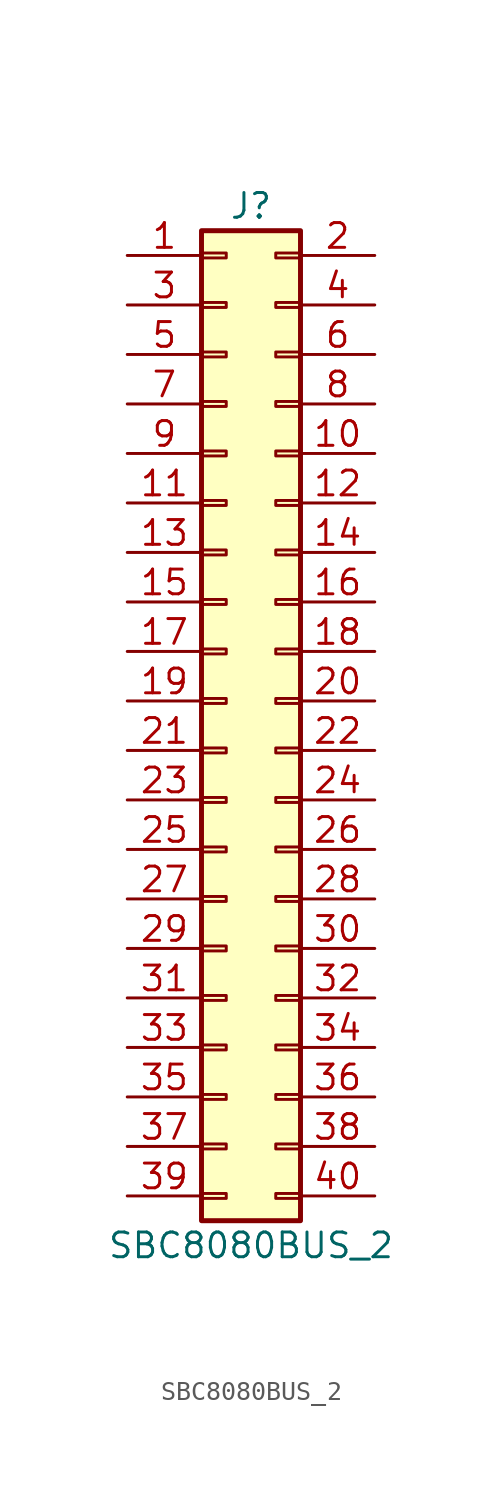
<source format=kicad_sym>
(kicad_symbol_lib
  (version 20241209)
  (generator "kicad_symbol_editor")
  (generator_version "9.0")
  (symbol "SBC8080BUS_2"
    (pin_names
      (offset 1.016)
      (hide yes))
    (property "Reference" "J"
      (at 1.27 25.4 0)
      (effects (font (size 1.27 1.27))))
    (property "Value" "SBC8080BUS_2"
      (at 1.27 -27.94 0)
      (effects (font (size 1.27 1.27))))
    (symbol "SBC8080BUS_2_1_1"
      (rectangle (start -1.27 24.13) (end 3.81 -26.67) (stroke (width 0.254) (type default)) (fill (type background)))
      (rectangle (start -1.27 22.987) (end 0 22.733) (stroke (width 0.152) (type default)) (fill (type none)))
      (rectangle (start -1.27 20.447) (end 0 20.193) (stroke (width 0.152) (type default)) (fill (type none)))
      (rectangle (start -1.27 17.907) (end 0 17.653) (stroke (width 0.152) (type default)) (fill (type none)))
      (rectangle (start -1.27 15.367) (end 0 15.113) (stroke (width 0.152) (type default)) (fill (type none)))
      (rectangle (start -1.27 12.827) (end 0 12.573) (stroke (width 0.152) (type default)) (fill (type none)))
      (rectangle (start -1.27 10.287) (end 0 10.033) (stroke (width 0.152) (type default)) (fill (type none)))
      (rectangle (start -1.27 7.747) (end 0 7.493) (stroke (width 0.152) (type default)) (fill (type none)))
      (rectangle (start -1.27 5.207) (end 0 4.953) (stroke (width 0.152) (type default)) (fill (type none)))
      (rectangle (start -1.27 2.667) (end 0 2.413) (stroke (width 0.152) (type default)) (fill (type none)))
      (rectangle (start -1.27 0.127) (end 0 -0.127) (stroke (width 0.152) (type default)) (fill (type none)))
      (rectangle (start -1.27 -2.413) (end 0 -2.667) (stroke (width 0.152) (type default)) (fill (type none)))
      (rectangle (start -1.27 -4.953) (end 0 -5.207) (stroke (width 0.152) (type default)) (fill (type none)))
      (rectangle (start -1.27 -7.493) (end 0 -7.747) (stroke (width 0.152) (type default)) (fill (type none)))
      (rectangle (start -1.27 -10.033) (end 0 -10.287) (stroke (width 0.152) (type default)) (fill (type none)))
      (rectangle (start -1.27 -12.573) (end 0 -12.827) (stroke (width 0.152) (type default)) (fill (type none)))
      (rectangle (start -1.27 -15.113) (end 0 -15.367) (stroke (width 0.152) (type default)) (fill (type none)))
      (rectangle (start -1.27 -17.653) (end 0 -17.907) (stroke (width 0.152) (type default)) (fill (type none)))
      (rectangle (start -1.27 -20.193) (end 0 -20.447) (stroke (width 0.152) (type default)) (fill (type none)))
      (rectangle (start -1.27 -22.733) (end 0 -22.987) (stroke (width 0.152) (type default)) (fill (type none)))
      (rectangle (start -1.27 -25.273) (end 0 -25.527) (stroke (width 0.152) (type default)) (fill (type none)))
      (rectangle (start 3.81 22.987) (end 2.54 22.733) (stroke (width 0.152) (type default)) (fill (type none)))
      (rectangle (start 3.81 20.447) (end 2.54 20.193) (stroke (width 0.152) (type default)) (fill (type none)))
      (rectangle (start 3.81 17.907) (end 2.54 17.653) (stroke (width 0.152) (type default)) (fill (type none)))
      (rectangle (start 3.81 15.367) (end 2.54 15.113) (stroke (width 0.152) (type default)) (fill (type none)))
      (rectangle (start 3.81 12.827) (end 2.54 12.573) (stroke (width 0.152) (type default)) (fill (type none)))
      (rectangle (start 3.81 10.287) (end 2.54 10.033) (stroke (width 0.152) (type default)) (fill (type none)))
      (rectangle (start 3.81 7.747) (end 2.54 7.493) (stroke (width 0.152) (type default)) (fill (type none)))
      (rectangle (start 3.81 5.207) (end 2.54 4.953) (stroke (width 0.152) (type default)) (fill (type none)))
      (rectangle (start 3.81 2.667) (end 2.54 2.413) (stroke (width 0.152) (type default)) (fill (type none)))
      (rectangle (start 3.81 0.127) (end 2.54 -0.127) (stroke (width 0.152) (type default)) (fill (type none)))
      (rectangle (start 3.81 -2.413) (end 2.54 -2.667) (stroke (width 0.152) (type default)) (fill (type none)))
      (rectangle (start 3.81 -4.953) (end 2.54 -5.207) (stroke (width 0.152) (type default)) (fill (type none)))
      (rectangle (start 3.81 -7.493) (end 2.54 -7.747) (stroke (width 0.152) (type default)) (fill (type none)))
      (rectangle (start 3.81 -10.033) (end 2.54 -10.287) (stroke (width 0.152) (type default)) (fill (type none)))
      (rectangle (start 3.81 -12.573) (end 2.54 -12.827) (stroke (width 0.152) (type default)) (fill (type none)))
      (rectangle (start 3.81 -15.113) (end 2.54 -15.367) (stroke (width 0.152) (type default)) (fill (type none)))
      (rectangle (start 3.81 -17.653) (end 2.54 -17.907) (stroke (width 0.152) (type default)) (fill (type none)))
      (rectangle (start 3.81 -20.193) (end 2.54 -20.447) (stroke (width 0.152) (type default)) (fill (type none)))
      (rectangle (start 3.81 -22.733) (end 2.54 -22.987) (stroke (width 0.152) (type default)) (fill (type none)))
      (rectangle (start 3.81 -25.273) (end 2.54 -25.527) (stroke (width 0.152) (type default)) (fill (type none)))
      (pin power_in line (at -5.08 22.86 0) (length 3.81) (name "5V" (effects (font (size 1.27 1.27)))) (number "1" (effects (font (size 1.27 1.27)))))
      (pin power_in line (at -5.08 20.32 0) (length 3.81) (name "5V" (effects (font (size 1.27 1.27)))) (number "3" (effects (font (size 1.27 1.27)))))
      (pin input line (at -5.08 17.78 0) (length 3.81) (name "M1" (effects (font (size 1.27 1.27)))) (number "5" (effects (font (size 1.27 1.27)))))
      (pin input line (at -5.08 15.24 0) (length 3.81) (name "WAIT" (effects (font (size 1.27 1.27)))) (number "7" (effects (font (size 1.27 1.27)))))
      (pin bidirectional line (at -5.08 12.7 0) (length 3.81) (name "D0" (effects (font (size 1.27 1.27)))) (number "9" (effects (font (size 1.27 1.27)))))
      (pin bidirectional line (at -5.08 10.16 0) (length 3.81) (name "D2" (effects (font (size 1.27 1.27)))) (number "11" (effects (font (size 1.27 1.27)))))
      (pin bidirectional line (at -5.08 7.62 0) (length 3.81) (name "D4" (effects (font (size 1.27 1.27)))) (number "13" (effects (font (size 1.27 1.27)))))
      (pin bidirectional line (at -5.08 5.08 0) (length 3.81) (name "D6" (effects (font (size 1.27 1.27)))) (number "15" (effects (font (size 1.27 1.27)))))
      (pin input line (at -5.08 2.54 0) (length 3.81) (name "MREQ" (effects (font (size 1.27 1.27)))) (number "17" (effects (font (size 1.27 1.27)))))
      (pin input line (at -5.08 0 0) (length 3.81) (name "IORQ" (effects (font (size 1.27 1.27)))) (number "19" (effects (font (size 1.27 1.27)))))
      (pin input line (at -5.08 -2.54 0) (length 3.81) (name "RESET" (effects (font (size 1.27 1.27)))) (number "21" (effects (font (size 1.27 1.27)))))
      (pin input line (at -5.08 -5.08 0) (length 3.81) (name "INT" (effects (font (size 1.27 1.27)))) (number "23" (effects (font (size 1.27 1.27)))))
      (pin bidirectional line (at -5.08 -7.62 0) (length 3.81) (name "A0" (effects (font (size 1.27 1.27)))) (number "25" (effects (font (size 1.27 1.27)))))
      (pin bidirectional line (at -5.08 -10.16 0) (length 3.81) (name "A2" (effects (font (size 1.27 1.27)))) (number "27" (effects (font (size 1.27 1.27)))))
      (pin bidirectional line (at -5.08 -12.7 0) (length 3.81) (name "A4" (effects (font (size 1.27 1.27)))) (number "29" (effects (font (size 1.27 1.27)))))
      (pin bidirectional line (at -5.08 -15.24 0) (length 3.81) (name "A6" (effects (font (size 1.27 1.27)))) (number "31" (effects (font (size 1.27 1.27)))))
      (pin bidirectional line (at -5.08 -17.78 0) (length 3.81) (name "A8" (effects (font (size 1.27 1.27)))) (number "33" (effects (font (size 1.27 1.27)))))
      (pin bidirectional line (at -5.08 -20.32 0) (length 3.81) (name "A10" (effects (font (size 1.27 1.27)))) (number "35" (effects (font (size 1.27 1.27)))))
      (pin bidirectional line (at -5.08 -22.86 0) (length 3.81) (name "A12" (effects (font (size 1.27 1.27)))) (number "37" (effects (font (size 1.27 1.27)))))
      (pin bidirectional line (at -5.08 -25.4 0) (length 3.81) (name "A14" (effects (font (size 1.27 1.27)))) (number "39" (effects (font (size 1.27 1.27)))))
      (pin power_in line (at 7.62 22.86 180) (length 3.81) (name "GND" (effects (font (size 1.27 1.27)))) (number "2" (effects (font (size 1.27 1.27)))))
      (pin power_in line (at 7.62 20.32 180) (length 3.81) (name "GND" (effects (font (size 1.27 1.27)))) (number "4" (effects (font (size 1.27 1.27)))))
      (pin input line (at 7.62 17.78 180) (length 3.81) (name "NC" (effects (font (size 1.27 1.27)))) (number "6" (effects (font (size 1.27 1.27)))))
      (pin input line (at 7.62 15.24 180) (length 3.81) (name "CLK" (effects (font (size 1.27 1.27)))) (number "8" (effects (font (size 1.27 1.27)))))
      (pin bidirectional line (at 7.62 12.7 180) (length 3.81) (name "D1" (effects (font (size 1.27 1.27)))) (number "10" (effects (font (size 1.27 1.27)))))
      (pin bidirectional line (at 7.62 10.16 180) (length 3.81) (name "D3" (effects (font (size 1.27 1.27)))) (number "12" (effects (font (size 1.27 1.27)))))
      (pin bidirectional line (at 7.62 7.62 180) (length 3.81) (name "D5" (effects (font (size 1.27 1.27)))) (number "14" (effects (font (size 1.27 1.27)))))
      (pin bidirectional line (at 7.62 5.08 180) (length 3.81) (name "D7" (effects (font (size 1.27 1.27)))) (number "16" (effects (font (size 1.27 1.27)))))
      (pin input line (at 7.62 2.54 180) (length 3.81) (name "RD" (effects (font (size 1.27 1.27)))) (number "18" (effects (font (size 1.27 1.27)))))
      (pin input line (at 7.62 0 180) (length 3.81) (name "WR" (effects (font (size 1.27 1.27)))) (number "20" (effects (font (size 1.27 1.27)))))
      (pin input line (at 7.62 -2.54 180) (length 3.81) (name "BUSAK" (effects (font (size 1.27 1.27)))) (number "22" (effects (font (size 1.27 1.27)))))
      (pin input line (at 7.62 -5.08 180) (length 3.81) (name "BUSRQ" (effects (font (size 1.27 1.27)))) (number "24" (effects (font (size 1.27 1.27)))))
      (pin bidirectional line (at 7.62 -7.62 180) (length 3.81) (name "A1" (effects (font (size 1.27 1.27)))) (number "26" (effects (font (size 1.27 1.27)))))
      (pin bidirectional line (at 7.62 -10.16 180) (length 3.81) (name "A3" (effects (font (size 1.27 1.27)))) (number "28" (effects (font (size 1.27 1.27)))))
      (pin bidirectional line (at 7.62 -12.7 180) (length 3.81) (name "A5" (effects (font (size 1.27 1.27)))) (number "30" (effects (font (size 1.27 1.27)))))
      (pin bidirectional line (at 7.62 -15.24 180) (length 3.81) (name "A7" (effects (font (size 1.27 1.27)))) (number "32" (effects (font (size 1.27 1.27)))))
      (pin bidirectional line (at 7.62 -17.78 180) (length 3.81) (name "A9" (effects (font (size 1.27 1.27)))) (number "34" (effects (font (size 1.27 1.27)))))
      (pin bidirectional line (at 7.62 -20.32 180) (length 3.81) (name "A11" (effects (font (size 1.27 1.27)))) (number "36" (effects (font (size 1.27 1.27)))))
      (pin bidirectional line (at 7.62 -22.86 180) (length 3.81) (name "A13" (effects (font (size 1.27 1.27)))) (number "38" (effects (font (size 1.27 1.27)))))
      (pin bidirectional line (at 7.62 -25.4 180) (length 3.81) (name "A15" (effects (font (size 1.27 1.27)))) (number "40" (effects (font (size 1.27 1.27))))))))
</source>
